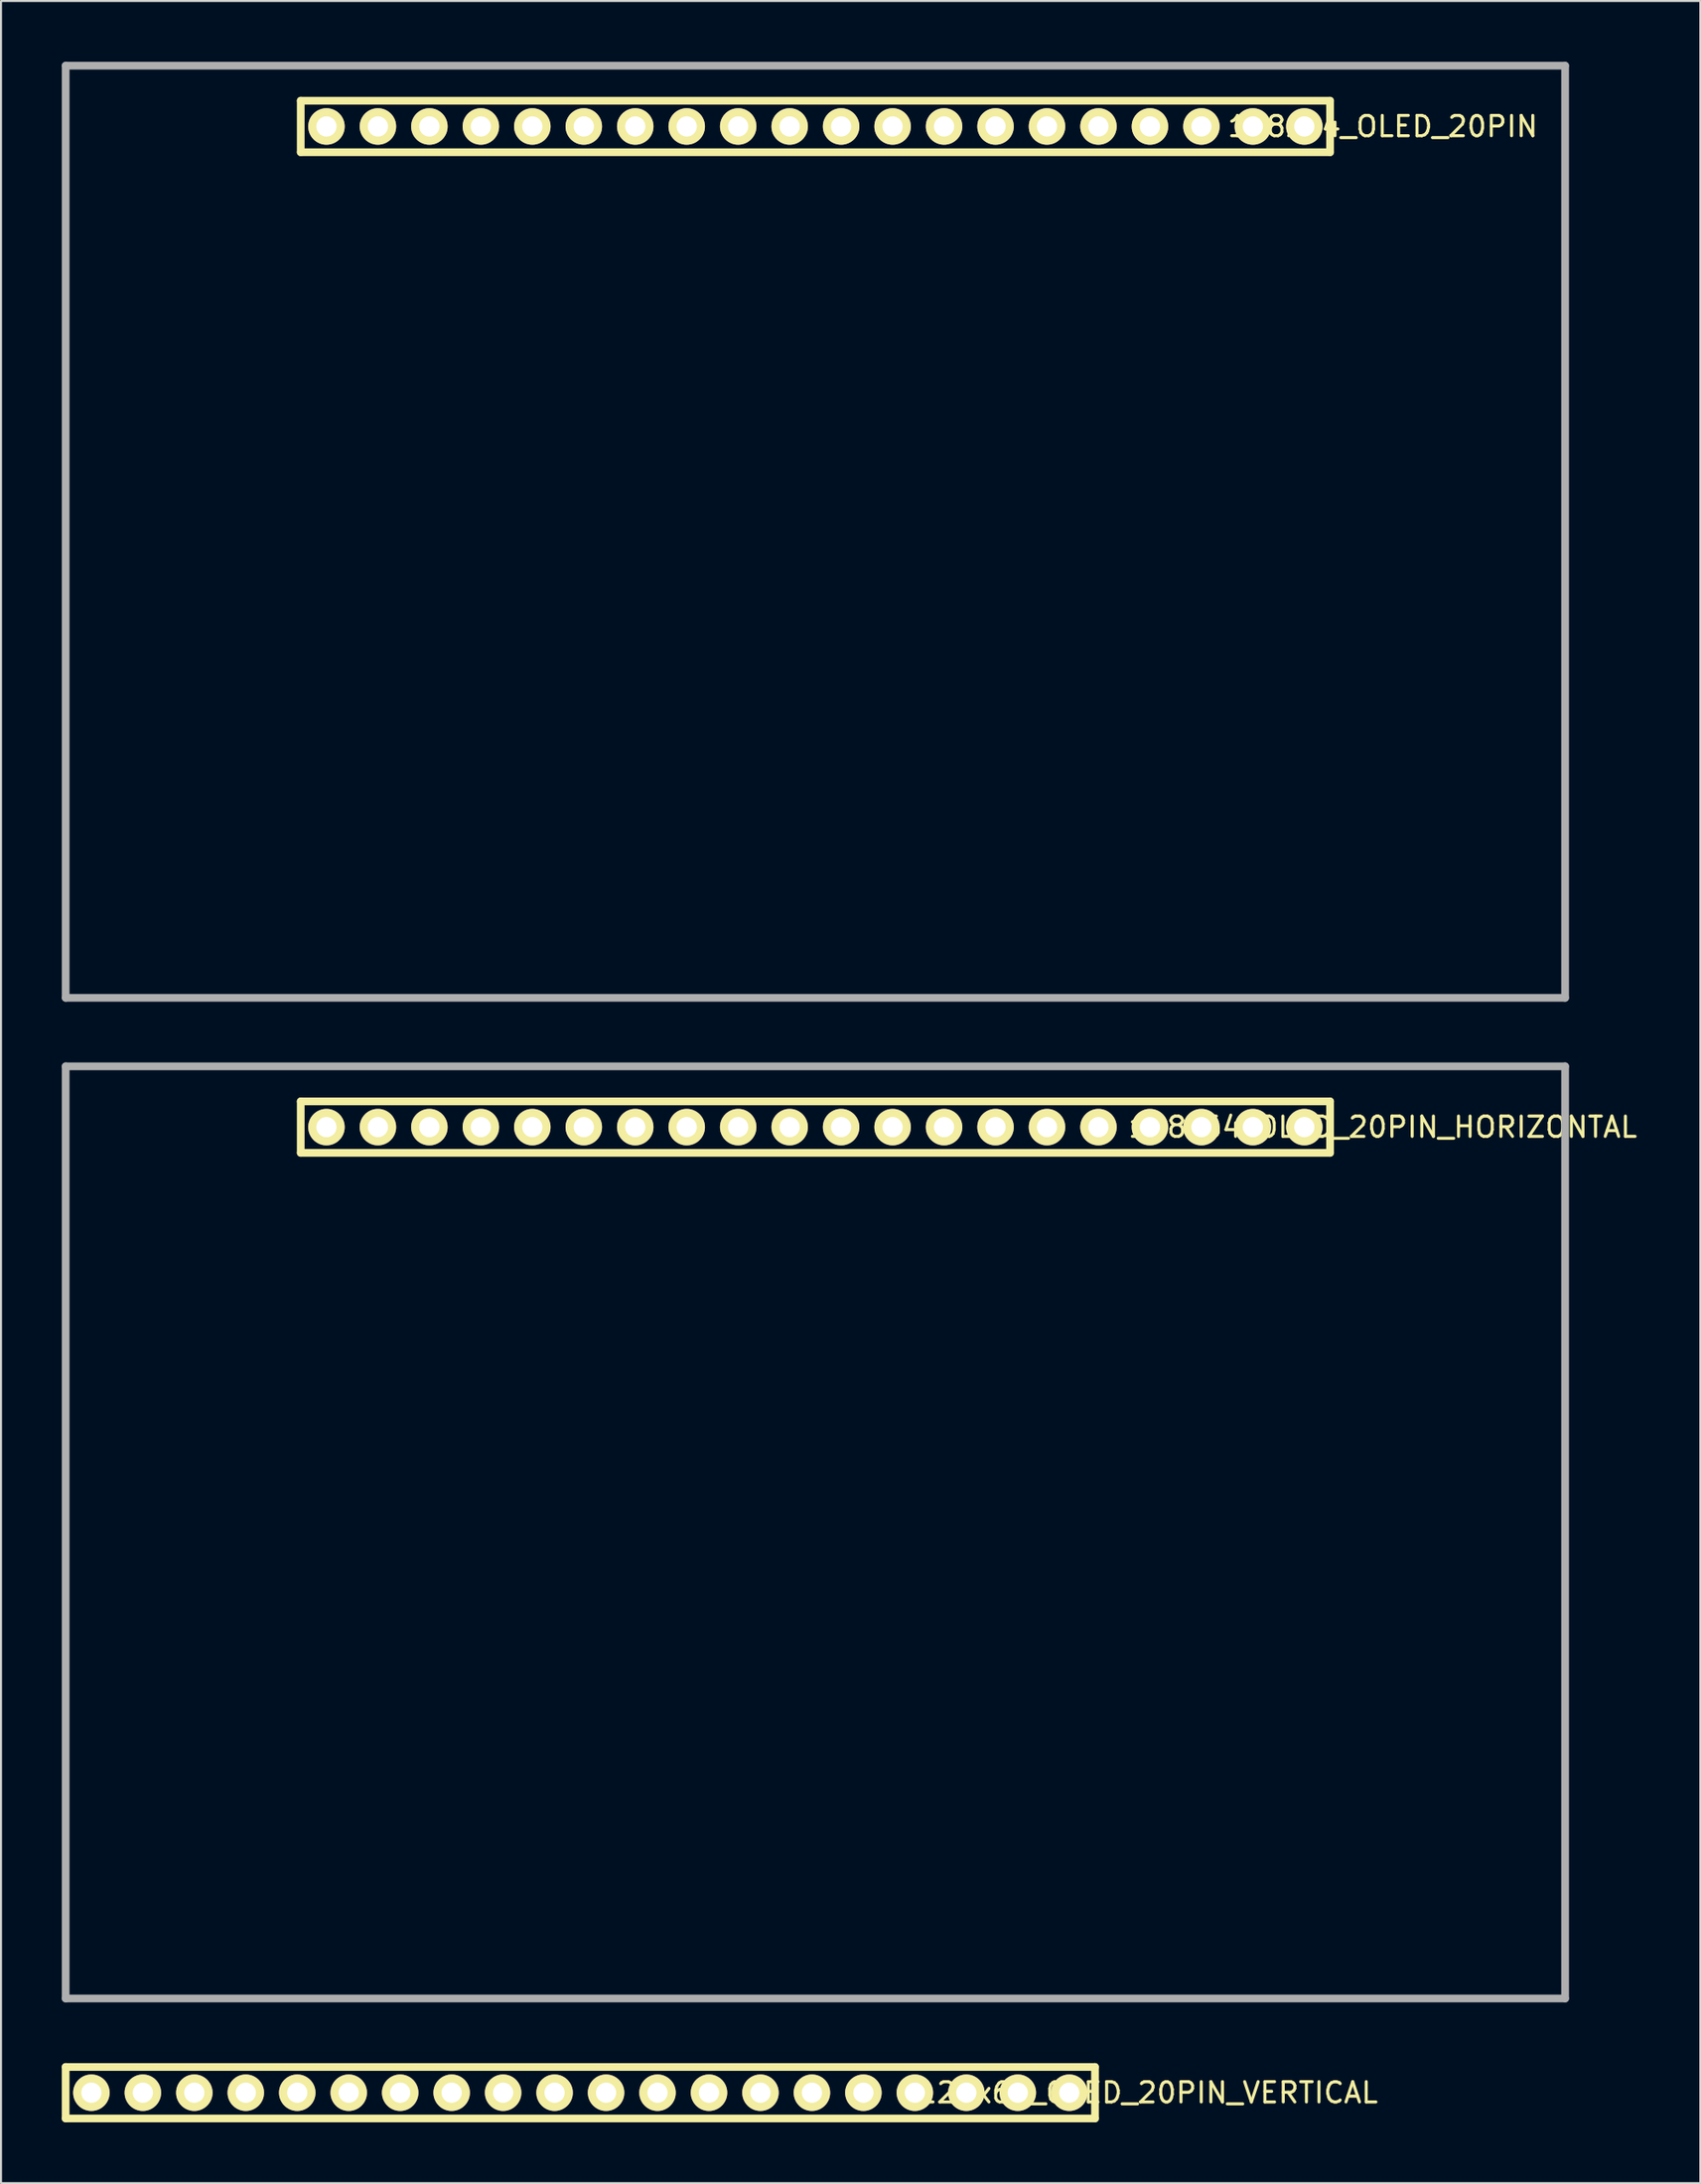
<source format=kicad_pcb>
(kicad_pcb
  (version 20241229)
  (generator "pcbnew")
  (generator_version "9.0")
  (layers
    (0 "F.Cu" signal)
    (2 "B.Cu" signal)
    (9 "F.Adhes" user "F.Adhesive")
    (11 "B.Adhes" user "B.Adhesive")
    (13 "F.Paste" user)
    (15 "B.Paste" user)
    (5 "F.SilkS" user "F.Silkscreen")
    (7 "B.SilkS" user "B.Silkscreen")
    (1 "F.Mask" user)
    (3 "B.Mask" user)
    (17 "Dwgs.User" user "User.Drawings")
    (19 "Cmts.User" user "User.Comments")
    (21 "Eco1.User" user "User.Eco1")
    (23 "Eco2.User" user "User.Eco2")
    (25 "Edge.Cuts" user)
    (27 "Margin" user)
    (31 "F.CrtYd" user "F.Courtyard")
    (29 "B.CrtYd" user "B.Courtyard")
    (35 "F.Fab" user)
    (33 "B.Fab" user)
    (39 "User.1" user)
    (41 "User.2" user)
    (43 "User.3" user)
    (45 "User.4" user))
  (footprint "128x64_OLED_20PIN_HORIZONTAL"
    (layer "F.Cu")
    (at 37.191 52.572)
    (property "Reference" "128x64_OLED_20PIN_HORIZONTAL" (at 28 0 0) (layer "F.SilkS") (effects (font (size 1 1) (thickness 0.15))))
    (attr through_hole)
    (fp_line (start -25.4 -1.27) (end -25.4 1.27) (stroke (width 0.381) (type solid)) (layer "F.SilkS"))
    (fp_line (start -25.4 1.27) (end 25.4 1.27) (stroke (width 0.381) (type solid)) (layer "F.SilkS"))
    (fp_line (start 25.4 -1.27) (end -25.4 -1.27) (stroke (width 0.381) (type solid)) (layer "F.SilkS"))
    (fp_line (start 25.4 1.27) (end 25.4 -1.27) (stroke (width 0.381) (type solid)) (layer "F.SilkS"))
    (fp_line (start -37 -3) (end -37 43) (stroke (width 0.381) (type solid)) (layer "F.Fab"))
    (fp_line (start -37 43) (end 37 43) (stroke (width 0.381) (type solid)) (layer "F.Fab"))
    (fp_line (start 37 -3) (end -37 -3) (stroke (width 0.381) (type solid)) (layer "F.Fab"))
    (fp_line (start 37 43) (end 37 -3) (stroke (width 0.381) (type solid)) (layer "F.Fab"))
    (pad "1" thru_hole circle (at -24.13 0) (size 1.8 1.8) (drill 1) (layers "*.Cu" "*.Mask" "F.SilkS"))
    (pad "2" thru_hole circle (at -21.59 0) (size 1.8 1.8) (drill 1) (layers "*.Cu" "*.Mask" "F.SilkS"))
    (pad "3" thru_hole circle (at -19.05 0) (size 1.8 1.8) (drill 1) (layers "*.Cu" "*.Mask" "F.SilkS"))
    (pad "4" thru_hole circle (at -16.51 0) (size 1.8 1.8) (drill 1) (layers "*.Cu" "*.Mask" "F.SilkS"))
    (pad "5" thru_hole circle (at -13.97 0) (size 1.8 1.8) (drill 1) (layers "*.Cu" "*.Mask" "F.SilkS"))
    (pad "6" thru_hole circle (at -11.43 0) (size 1.8 1.8) (drill 1) (layers "*.Cu" "*.Mask" "F.SilkS"))
    (pad "7" thru_hole circle (at -8.89 0) (size 1.8 1.8) (drill 1) (layers "*.Cu" "*.Mask" "F.SilkS"))
    (pad "8" thru_hole circle (at -6.35 0) (size 1.8 1.8) (drill 1) (layers "*.Cu" "*.Mask" "F.SilkS"))
    (pad "9" thru_hole circle (at -3.81 0) (size 1.8 1.8) (drill 1) (layers "*.Cu" "*.Mask" "F.SilkS"))
    (pad "10" thru_hole circle (at -1.27 0) (size 1.8 1.8) (drill 1) (layers "*.Cu" "*.Mask" "F.SilkS"))
    (pad "11" thru_hole circle (at 1.27 0) (size 1.8 1.8) (drill 1) (layers "*.Cu" "*.Mask" "F.SilkS"))
    (pad "12" thru_hole circle (at 3.81 0) (size 1.8 1.8) (drill 1) (layers "*.Cu" "*.Mask" "F.SilkS"))
    (pad "13" thru_hole circle (at 6.35 0) (size 1.8 1.8) (drill 1) (layers "*.Cu" "*.Mask" "F.SilkS"))
    (pad "14" thru_hole circle (at 8.89 0) (size 1.8 1.8) (drill 1) (layers "*.Cu" "*.Mask" "F.SilkS"))
    (pad "15" thru_hole circle (at 11.43 0) (size 1.8 1.8) (drill 1) (layers "*.Cu" "*.Mask" "F.SilkS"))
    (pad "16" thru_hole circle (at 13.97 0) (size 1.8 1.8) (drill 1) (layers "*.Cu" "*.Mask" "F.SilkS"))
    (pad "17" thru_hole circle (at 16.51 0) (size 1.8 1.8) (drill 1) (layers "*.Cu" "*.Mask" "F.SilkS"))
    (pad "18" thru_hole circle (at 19.05 0) (size 1.8 1.8) (drill 1) (layers "*.Cu" "*.Mask" "F.SilkS"))
    (pad "19" thru_hole circle (at 21.59 0) (size 1.8 1.8) (drill 1) (layers "*.Cu" "*.Mask" "F.SilkS"))
    (pad "20" thru_hole circle (at 24.13 0) (size 1.8 1.8) (drill 1) (layers "*.Cu" "*.Mask" "F.SilkS")))
  (footprint "128x64_OLED_20PIN"
    (layer "F.Cu")
    (at 37.191 3.191)
    (property "Reference" "128x64_OLED_20PIN" (at 28 0 0) (layer "F.SilkS") (effects (font (size 1 1) (thickness 0.15))))
    (attr through_hole)
    (fp_line (start -25.4 -1.27) (end -25.4 1.27) (stroke (width 0.381) (type solid)) (layer "F.SilkS"))
    (fp_line (start -25.4 1.27) (end 25.4 1.27) (stroke (width 0.381) (type solid)) (layer "F.SilkS"))
    (fp_line (start 25.4 -1.27) (end -25.4 -1.27) (stroke (width 0.381) (type solid)) (layer "F.SilkS"))
    (fp_line (start 25.4 1.27) (end 25.4 -1.27) (stroke (width 0.381) (type solid)) (layer "F.SilkS"))
    (fp_line (start -37 -3) (end -37 43) (stroke (width 0.381) (type solid)) (layer "F.Fab"))
    (fp_line (start -37 43) (end 37 43) (stroke (width 0.381) (type solid)) (layer "F.Fab"))
    (fp_line (start 37 -3) (end -37 -3) (stroke (width 0.381) (type solid)) (layer "F.Fab"))
    (fp_line (start 37 43) (end 37 -3) (stroke (width 0.381) (type solid)) (layer "F.Fab"))
    (pad "1" thru_hole circle (at -24.13 0) (size 1.8 1.8) (drill 1) (layers "*.Cu" "*.Mask" "F.SilkS"))
    (pad "2" thru_hole circle (at -21.59 0) (size 1.8 1.8) (drill 1) (layers "*.Cu" "*.Mask" "F.SilkS"))
    (pad "3" thru_hole circle (at -19.05 0) (size 1.8 1.8) (drill 1) (layers "*.Cu" "*.Mask" "F.SilkS"))
    (pad "4" thru_hole circle (at -16.51 0) (size 1.8 1.8) (drill 1) (layers "*.Cu" "*.Mask" "F.SilkS"))
    (pad "5" thru_hole circle (at -13.97 0) (size 1.8 1.8) (drill 1) (layers "*.Cu" "*.Mask" "F.SilkS"))
    (pad "6" thru_hole circle (at -11.43 0) (size 1.8 1.8) (drill 1) (layers "*.Cu" "*.Mask" "F.SilkS"))
    (pad "7" thru_hole circle (at -8.89 0) (size 1.8 1.8) (drill 1) (layers "*.Cu" "*.Mask" "F.SilkS"))
    (pad "8" thru_hole circle (at -6.35 0) (size 1.8 1.8) (drill 1) (layers "*.Cu" "*.Mask" "F.SilkS"))
    (pad "9" thru_hole circle (at -3.81 0) (size 1.8 1.8) (drill 1) (layers "*.Cu" "*.Mask" "F.SilkS"))
    (pad "10" thru_hole circle (at -1.27 0) (size 1.8 1.8) (drill 1) (layers "*.Cu" "*.Mask" "F.SilkS"))
    (pad "11" thru_hole circle (at 1.27 0) (size 1.8 1.8) (drill 1) (layers "*.Cu" "*.Mask" "F.SilkS"))
    (pad "12" thru_hole circle (at 3.81 0) (size 1.8 1.8) (drill 1) (layers "*.Cu" "*.Mask" "F.SilkS"))
    (pad "13" thru_hole circle (at 6.35 0) (size 1.8 1.8) (drill 1) (layers "*.Cu" "*.Mask" "F.SilkS"))
    (pad "14" thru_hole circle (at 8.89 0) (size 1.8 1.8) (drill 1) (layers "*.Cu" "*.Mask" "F.SilkS"))
    (pad "15" thru_hole circle (at 11.43 0) (size 1.8 1.8) (drill 1) (layers "*.Cu" "*.Mask" "F.SilkS"))
    (pad "16" thru_hole circle (at 13.97 0) (size 1.8 1.8) (drill 1) (layers "*.Cu" "*.Mask" "F.SilkS"))
    (pad "17" thru_hole circle (at 16.51 0) (size 1.8 1.8) (drill 1) (layers "*.Cu" "*.Mask" "F.SilkS"))
    (pad "18" thru_hole circle (at 19.05 0) (size 1.8 1.8) (drill 1) (layers "*.Cu" "*.Mask" "F.SilkS"))
    (pad "19" thru_hole circle (at 21.59 0) (size 1.8 1.8) (drill 1) (layers "*.Cu" "*.Mask" "F.SilkS"))
    (pad "20" thru_hole circle (at 24.13 0) (size 1.8 1.8) (drill 1) (layers "*.Cu" "*.Mask" "F.SilkS")))
  (footprint "128x64_OLED_20PIN_VERTICAL"
    (layer "F.Cu")
    (at 25.59 100.222)
    (property "Reference" "128x64_OLED_20PIN_VERTICAL" (at 28 0 0) (layer "F.SilkS") (effects (font (size 1 1) (thickness 0.15))))
    (attr through_hole)
    (fp_line (start -25.4 -1.27) (end -25.4 1.27) (stroke (width 0.381) (type solid)) (layer "F.SilkS"))
    (fp_line (start -25.4 1.27) (end 25.4 1.27) (stroke (width 0.381) (type solid)) (layer "F.SilkS"))
    (fp_line (start 25.4 -1.27) (end -25.4 -1.27) (stroke (width 0.381) (type solid)) (layer "F.SilkS"))
    (fp_line (start 25.4 1.27) (end 25.4 -1.27) (stroke (width 0.381) (type solid)) (layer "F.SilkS"))
    (pad "1" thru_hole circle (at -24.13 0) (size 1.8 1.8) (drill 1) (layers "*.Cu" "*.Mask" "F.SilkS"))
    (pad "2" thru_hole circle (at -21.59 0) (size 1.8 1.8) (drill 1) (layers "*.Cu" "*.Mask" "F.SilkS"))
    (pad "3" thru_hole circle (at -19.05 0) (size 1.8 1.8) (drill 1) (layers "*.Cu" "*.Mask" "F.SilkS"))
    (pad "4" thru_hole circle (at -16.51 0) (size 1.8 1.8) (drill 1) (layers "*.Cu" "*.Mask" "F.SilkS"))
    (pad "5" thru_hole circle (at -13.97 0) (size 1.8 1.8) (drill 1) (layers "*.Cu" "*.Mask" "F.SilkS"))
    (pad "6" thru_hole circle (at -11.43 0) (size 1.8 1.8) (drill 1) (layers "*.Cu" "*.Mask" "F.SilkS"))
    (pad "7" thru_hole circle (at -8.89 0) (size 1.8 1.8) (drill 1) (layers "*.Cu" "*.Mask" "F.SilkS"))
    (pad "8" thru_hole circle (at -6.35 0) (size 1.8 1.8) (drill 1) (layers "*.Cu" "*.Mask" "F.SilkS"))
    (pad "9" thru_hole circle (at -3.81 0) (size 1.8 1.8) (drill 1) (layers "*.Cu" "*.Mask" "F.SilkS"))
    (pad "10" thru_hole circle (at -1.27 0) (size 1.8 1.8) (drill 1) (layers "*.Cu" "*.Mask" "F.SilkS"))
    (pad "11" thru_hole circle (at 1.27 0) (size 1.8 1.8) (drill 1) (layers "*.Cu" "*.Mask" "F.SilkS"))
    (pad "12" thru_hole circle (at 3.81 0) (size 1.8 1.8) (drill 1) (layers "*.Cu" "*.Mask" "F.SilkS"))
    (pad "13" thru_hole circle (at 6.35 0) (size 1.8 1.8) (drill 1) (layers "*.Cu" "*.Mask" "F.SilkS"))
    (pad "14" thru_hole circle (at 8.89 0) (size 1.8 1.8) (drill 1) (layers "*.Cu" "*.Mask" "F.SilkS"))
    (pad "15" thru_hole circle (at 11.43 0) (size 1.8 1.8) (drill 1) (layers "*.Cu" "*.Mask" "F.SilkS"))
    (pad "16" thru_hole circle (at 13.97 0) (size 1.8 1.8) (drill 1) (layers "*.Cu" "*.Mask" "F.SilkS"))
    (pad "17" thru_hole circle (at 16.51 0) (size 1.8 1.8) (drill 1) (layers "*.Cu" "*.Mask" "F.SilkS"))
    (pad "18" thru_hole circle (at 19.05 0) (size 1.8 1.8) (drill 1) (layers "*.Cu" "*.Mask" "F.SilkS"))
    (pad "19" thru_hole circle (at 21.59 0) (size 1.8 1.8) (drill 1) (layers "*.Cu" "*.Mask" "F.SilkS"))
    (pad "20" thru_hole circle (at 24.13 0) (size 1.8 1.8) (drill 1) (layers "*.Cu" "*.Mask" "F.SilkS")))
  (gr_rect
    (start -3 -3)
    (end 80.863 104.683)
    (stroke (width 0.1) (type default))
    (fill no)
    (layer "Edge.Cuts")))
</source>
